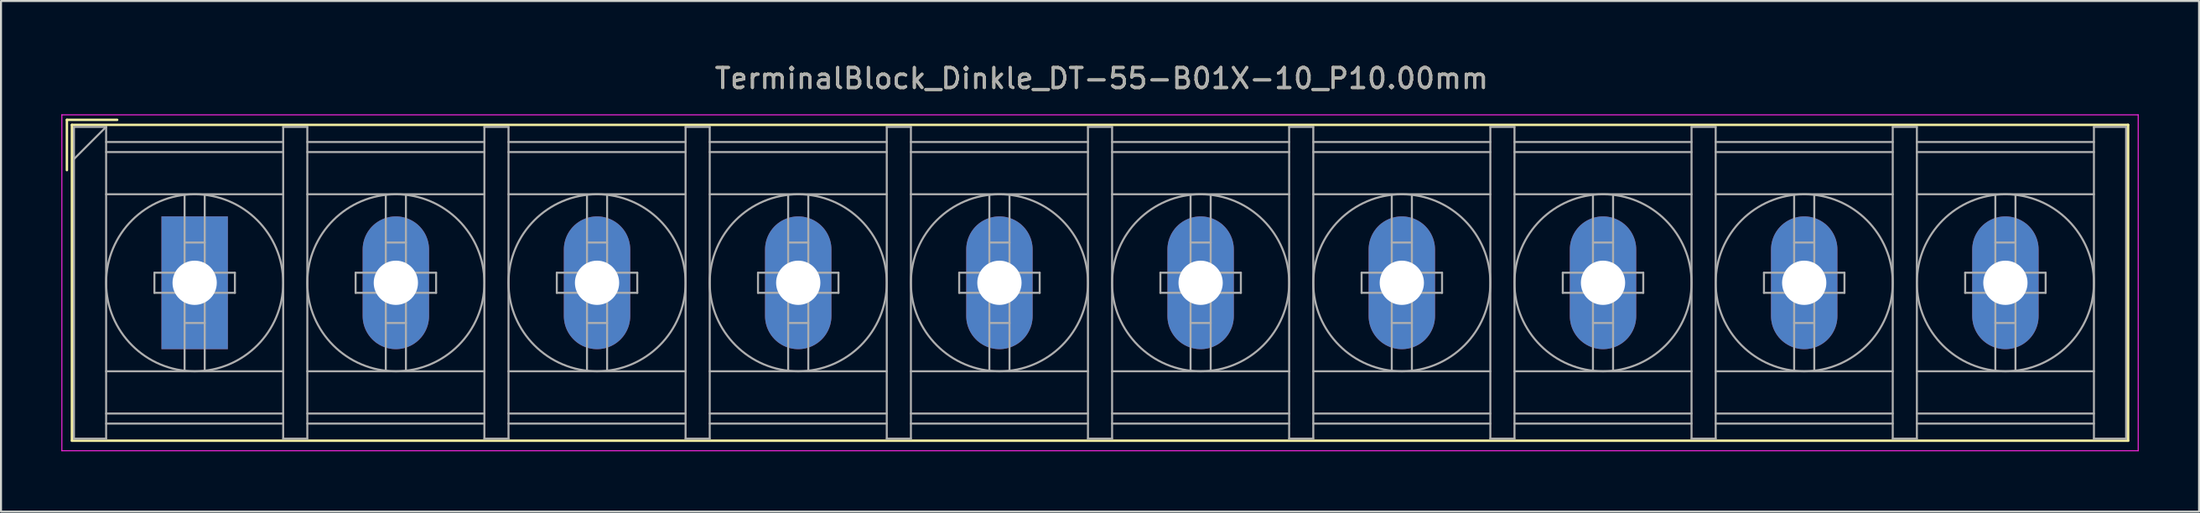
<source format=kicad_pcb>
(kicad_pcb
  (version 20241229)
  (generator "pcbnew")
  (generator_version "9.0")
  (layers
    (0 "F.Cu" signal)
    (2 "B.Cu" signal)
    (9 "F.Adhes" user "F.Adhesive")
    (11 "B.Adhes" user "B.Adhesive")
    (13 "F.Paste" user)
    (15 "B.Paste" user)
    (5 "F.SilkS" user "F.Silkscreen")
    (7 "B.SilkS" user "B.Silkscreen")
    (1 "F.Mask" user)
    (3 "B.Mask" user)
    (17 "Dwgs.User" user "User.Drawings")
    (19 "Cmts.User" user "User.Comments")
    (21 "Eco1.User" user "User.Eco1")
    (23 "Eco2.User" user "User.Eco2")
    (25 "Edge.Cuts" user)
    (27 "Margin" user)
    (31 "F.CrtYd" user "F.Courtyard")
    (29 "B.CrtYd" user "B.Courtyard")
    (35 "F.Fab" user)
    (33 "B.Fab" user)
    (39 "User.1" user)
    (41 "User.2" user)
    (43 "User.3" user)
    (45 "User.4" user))
  (footprint "TerminalBlock_Dinkle_DT-55-B01X-10_P10.00mm"
    (layer "F.Cu")
    (at 6.625 11.008)
    (property "Reference" "TerminalBlock_Dinkle_DT-55-B01X-10_P10.00mm" (at 45.08 -10.16 0) (layer "F.SilkS") (effects (font (size 1 1) (thickness 0.15))))
    (attr through_hole)
    (fp_line (start -6.35 -8.1) (end -3.85 -8.1) (stroke (width 0.12) (type solid)) (layer "F.SilkS"))
    (fp_line (start -6.35 -5.6) (end -6.35 -8.1) (stroke (width 0.12) (type solid)) (layer "F.SilkS"))
    (fp_line (start -6.1 -7.85) (end 96.1 -7.85) (stroke (width 0.12) (type solid)) (layer "F.SilkS"))
    (fp_line (start -6.1 7.85) (end -6.1 -7.85) (stroke (width 0.12) (type solid)) (layer "F.SilkS"))
    (fp_line (start -6.1 7.85) (end 96.1 7.85) (stroke (width 0.12) (type solid)) (layer "F.SilkS"))
    (fp_line (start 96.1 -7.85) (end 96.1 7.85) (stroke (width 0.12) (type solid)) (layer "F.SilkS"))
    (fp_line (start -6.6 -8.35) (end 96.6 -8.35) (stroke (width 0.05) (type solid)) (layer "F.CrtYd"))
    (fp_line (start -6.6 8.35) (end -6.6 -8.35) (stroke (width 0.05) (type solid)) (layer "F.CrtYd"))
    (fp_line (start -6.6 8.35) (end 96.6 8.35) (stroke (width 0.05) (type solid)) (layer "F.CrtYd"))
    (fp_line (start 96.6 -8.35) (end 96.6 8.35) (stroke (width 0.05) (type solid)) (layer "F.CrtYd"))
    (fp_line (start -6 -7.75) (end -6 7.75) (stroke (width 0.1) (type solid)) (layer "F.Fab"))
    (fp_line (start -6 -7.75) (end -4.4 -7.75) (stroke (width 0.1) (type solid)) (layer "F.Fab"))
    (fp_line (start -6 7.75) (end -4.4 7.75) (stroke (width 0.1) (type solid)) (layer "F.Fab"))
    (fp_line (start -4.4 -7.75) (end -6 -6.15) (stroke (width 0.1) (type solid)) (layer "F.Fab"))
    (fp_line (start -4.4 -7.75) (end -4.4 7.75) (stroke (width 0.1) (type solid)) (layer "F.Fab"))
    (fp_line (start -4.4 -7) (end 4.4 -7) (stroke (width 0.1) (type solid)) (layer "F.Fab"))
    (fp_line (start -4.4 -6.5) (end 4.4 -6.5) (stroke (width 0.1) (type solid)) (layer "F.Fab"))
    (fp_line (start -4.4 -4.4) (end 4.4 -4.4) (stroke (width 0.1) (type solid)) (layer "F.Fab"))
    (fp_line (start -4.4 4.4) (end 4.4 4.4) (stroke (width 0.1) (type solid)) (layer "F.Fab"))
    (fp_line (start -4.4 6.5) (end 4.4 6.5) (stroke (width 0.1) (type solid)) (layer "F.Fab"))
    (fp_line (start -4.4 7) (end 4.4 7) (stroke (width 0.1) (type solid)) (layer "F.Fab"))
    (fp_line (start -2 -0.5) (end -2 0.5) (stroke (width 0.1) (type solid)) (layer "F.Fab"))
    (fp_line (start -2 0.5) (end -0.5 0.5) (stroke (width 0.1) (type solid)) (layer "F.Fab"))
    (fp_line (start -0.5 -4.35) (end -0.5 -0.5) (stroke (width 0.1) (type solid)) (layer "F.Fab"))
    (fp_line (start -0.5 -2) (end 0.5 -2) (stroke (width 0.1) (type solid)) (layer "F.Fab"))
    (fp_line (start -0.5 -0.5) (end -2 -0.5) (stroke (width 0.1) (type solid)) (layer "F.Fab"))
    (fp_line (start -0.5 0.5) (end -0.5 4.35) (stroke (width 0.1) (type solid)) (layer "F.Fab"))
    (fp_line (start -0.5 2) (end 0.5 2) (stroke (width 0.1) (type solid)) (layer "F.Fab"))
    (fp_line (start 0.5 -4.35) (end 0.5 -0.5) (stroke (width 0.1) (type solid)) (layer "F.Fab"))
    (fp_line (start 0.5 -0.5) (end 2 -0.5) (stroke (width 0.1) (type solid)) (layer "F.Fab"))
    (fp_line (start 0.5 0.5) (end 0.5 4.35) (stroke (width 0.1) (type solid)) (layer "F.Fab"))
    (fp_line (start 2 -0.5) (end 2 0.5) (stroke (width 0.1) (type solid)) (layer "F.Fab"))
    (fp_line (start 2 0.5) (end 0.5 0.5) (stroke (width 0.1) (type solid)) (layer "F.Fab"))
    (fp_line (start 4.4 -7.75) (end 4.4 7.75) (stroke (width 0.1) (type solid)) (layer "F.Fab"))
    (fp_line (start 4.4 -7.75) (end 5.6 -7.75) (stroke (width 0.1) (type solid)) (layer "F.Fab"))
    (fp_line (start 4.4 7.75) (end 5.6 7.75) (stroke (width 0.1) (type solid)) (layer "F.Fab"))
    (fp_line (start 5.6 -7.75) (end 5.6 7.75) (stroke (width 0.1) (type solid)) (layer "F.Fab"))
    (fp_line (start 5.6 -7) (end 14.4 -7) (stroke (width 0.1) (type solid)) (layer "F.Fab"))
    (fp_line (start 5.6 -6.5) (end 14.4 -6.5) (stroke (width 0.1) (type solid)) (layer "F.Fab"))
    (fp_line (start 5.6 -4.4) (end 14.4 -4.4) (stroke (width 0.1) (type solid)) (layer "F.Fab"))
    (fp_line (start 5.6 4.4) (end 14.4 4.4) (stroke (width 0.1) (type solid)) (layer "F.Fab"))
    (fp_line (start 5.6 6.5) (end 14.4 6.5) (stroke (width 0.1) (type solid)) (layer "F.Fab"))
    (fp_line (start 5.6 7) (end 14.4 7) (stroke (width 0.1) (type solid)) (layer "F.Fab"))
    (fp_line (start 8 -0.5) (end 8 0.5) (stroke (width 0.1) (type solid)) (layer "F.Fab"))
    (fp_line (start 8 0.5) (end 9.5 0.5) (stroke (width 0.1) (type solid)) (layer "F.Fab"))
    (fp_line (start 9.5 -4.35) (end 9.5 -0.5) (stroke (width 0.1) (type solid)) (layer "F.Fab"))
    (fp_line (start 9.5 -2) (end 10.5 -2) (stroke (width 0.1) (type solid)) (layer "F.Fab"))
    (fp_line (start 9.5 -0.5) (end 8 -0.5) (stroke (width 0.1) (type solid)) (layer "F.Fab"))
    (fp_line (start 9.5 0.5) (end 9.5 4.35) (stroke (width 0.1) (type solid)) (layer "F.Fab"))
    (fp_line (start 9.5 2) (end 10.5 2) (stroke (width 0.1) (type solid)) (layer "F.Fab"))
    (fp_line (start 10.5 -4.35) (end 10.5 -0.5) (stroke (width 0.1) (type solid)) (layer "F.Fab"))
    (fp_line (start 10.5 -0.5) (end 12 -0.5) (stroke (width 0.1) (type solid)) (layer "F.Fab"))
    (fp_line (start 10.5 0.5) (end 10.5 4.35) (stroke (width 0.1) (type solid)) (layer "F.Fab"))
    (fp_line (start 12 -0.5) (end 12 0.5) (stroke (width 0.1) (type solid)) (layer "F.Fab"))
    (fp_line (start 12 0.5) (end 10.5 0.5) (stroke (width 0.1) (type solid)) (layer "F.Fab"))
    (fp_line (start 14.4 -7.75) (end 14.4 7.75) (stroke (width 0.1) (type solid)) (layer "F.Fab"))
    (fp_line (start 14.4 -7.75) (end 15.6 -7.75) (stroke (width 0.1) (type solid)) (layer "F.Fab"))
    (fp_line (start 14.4 7.75) (end 15.6 7.75) (stroke (width 0.1) (type solid)) (layer "F.Fab"))
    (fp_line (start 15.6 -7.75) (end 15.6 7.75) (stroke (width 0.1) (type solid)) (layer "F.Fab"))
    (fp_line (start 15.6 -7) (end 24.4 -7) (stroke (width 0.1) (type solid)) (layer "F.Fab"))
    (fp_line (start 15.6 -6.5) (end 24.4 -6.5) (stroke (width 0.1) (type solid)) (layer "F.Fab"))
    (fp_line (start 15.6 -4.4) (end 24.4 -4.4) (stroke (width 0.1) (type solid)) (layer "F.Fab"))
    (fp_line (start 15.6 4.4) (end 24.4 4.4) (stroke (width 0.1) (type solid)) (layer "F.Fab"))
    (fp_line (start 15.6 6.5) (end 24.4 6.5) (stroke (width 0.1) (type solid)) (layer "F.Fab"))
    (fp_line (start 15.6 7) (end 24.4 7) (stroke (width 0.1) (type solid)) (layer "F.Fab"))
    (fp_line (start 18 -0.5) (end 18 0.5) (stroke (width 0.1) (type solid)) (layer "F.Fab"))
    (fp_line (start 18 0.5) (end 19.5 0.5) (stroke (width 0.1) (type solid)) (layer "F.Fab"))
    (fp_line (start 19.5 -4.35) (end 19.5 -0.5) (stroke (width 0.1) (type solid)) (layer "F.Fab"))
    (fp_line (start 19.5 -2) (end 20.5 -2) (stroke (width 0.1) (type solid)) (layer "F.Fab"))
    (fp_line (start 19.5 -0.5) (end 18 -0.5) (stroke (width 0.1) (type solid)) (layer "F.Fab"))
    (fp_line (start 19.5 0.5) (end 19.5 4.35) (stroke (width 0.1) (type solid)) (layer "F.Fab"))
    (fp_line (start 19.5 2) (end 20.5 2) (stroke (width 0.1) (type solid)) (layer "F.Fab"))
    (fp_line (start 20.5 -4.35) (end 20.5 -0.5) (stroke (width 0.1) (type solid)) (layer "F.Fab"))
    (fp_line (start 20.5 -0.5) (end 22 -0.5) (stroke (width 0.1) (type solid)) (layer "F.Fab"))
    (fp_line (start 20.5 0.5) (end 20.5 4.35) (stroke (width 0.1) (type solid)) (layer "F.Fab"))
    (fp_line (start 22 -0.5) (end 22 0.5) (stroke (width 0.1) (type solid)) (layer "F.Fab"))
    (fp_line (start 22 0.5) (end 20.5 0.5) (stroke (width 0.1) (type solid)) (layer "F.Fab"))
    (fp_line (start 24.4 -7.75) (end 24.4 7.75) (stroke (width 0.1) (type solid)) (layer "F.Fab"))
    (fp_line (start 24.4 -7.75) (end 25.6 -7.75) (stroke (width 0.1) (type solid)) (layer "F.Fab"))
    (fp_line (start 24.4 7.75) (end 25.6 7.75) (stroke (width 0.1) (type solid)) (layer "F.Fab"))
    (fp_line (start 25.6 -7.75) (end 25.6 7.75) (stroke (width 0.1) (type solid)) (layer "F.Fab"))
    (fp_line (start 25.6 -7) (end 34.4 -7) (stroke (width 0.1) (type solid)) (layer "F.Fab"))
    (fp_line (start 25.6 -6.5) (end 34.4 -6.5) (stroke (width 0.1) (type solid)) (layer "F.Fab"))
    (fp_line (start 25.6 -4.4) (end 34.4 -4.4) (stroke (width 0.1) (type solid)) (layer "F.Fab"))
    (fp_line (start 25.6 4.4) (end 34.4 4.4) (stroke (width 0.1) (type solid)) (layer "F.Fab"))
    (fp_line (start 25.6 6.5) (end 34.4 6.5) (stroke (width 0.1) (type solid)) (layer "F.Fab"))
    (fp_line (start 25.6 7) (end 34.4 7) (stroke (width 0.1) (type solid)) (layer "F.Fab"))
    (fp_line (start 28 -0.5) (end 28 0.5) (stroke (width 0.1) (type solid)) (layer "F.Fab"))
    (fp_line (start 28 0.5) (end 29.5 0.5) (stroke (width 0.1) (type solid)) (layer "F.Fab"))
    (fp_line (start 29.5 -4.35) (end 29.5 -0.5) (stroke (width 0.1) (type solid)) (layer "F.Fab"))
    (fp_line (start 29.5 -2) (end 30.5 -2) (stroke (width 0.1) (type solid)) (layer "F.Fab"))
    (fp_line (start 29.5 -0.5) (end 28 -0.5) (stroke (width 0.1) (type solid)) (layer "F.Fab"))
    (fp_line (start 29.5 0.5) (end 29.5 4.35) (stroke (width 0.1) (type solid)) (layer "F.Fab"))
    (fp_line (start 29.5 2) (end 30.5 2) (stroke (width 0.1) (type solid)) (layer "F.Fab"))
    (fp_line (start 30.5 -4.35) (end 30.5 -0.5) (stroke (width 0.1) (type solid)) (layer "F.Fab"))
    (fp_line (start 30.5 -0.5) (end 32 -0.5) (stroke (width 0.1) (type solid)) (layer "F.Fab"))
    (fp_line (start 30.5 0.5) (end 30.5 4.35) (stroke (width 0.1) (type solid)) (layer "F.Fab"))
    (fp_line (start 32 -0.5) (end 32 0.5) (stroke (width 0.1) (type solid)) (layer "F.Fab"))
    (fp_line (start 32 0.5) (end 30.5 0.5) (stroke (width 0.1) (type solid)) (layer "F.Fab"))
    (fp_line (start 34.4 -7.75) (end 34.4 7.75) (stroke (width 0.1) (type solid)) (layer "F.Fab"))
    (fp_line (start 34.4 -7.75) (end 35.6 -7.75) (stroke (width 0.1) (type solid)) (layer "F.Fab"))
    (fp_line (start 34.4 7.75) (end 35.6 7.75) (stroke (width 0.1) (type solid)) (layer "F.Fab"))
    (fp_line (start 35.6 -7.75) (end 35.6 7.75) (stroke (width 0.1) (type solid)) (layer "F.Fab"))
    (fp_line (start 35.6 -7) (end 44.4 -7) (stroke (width 0.1) (type solid)) (layer "F.Fab"))
    (fp_line (start 35.6 -6.5) (end 44.4 -6.5) (stroke (width 0.1) (type solid)) (layer "F.Fab"))
    (fp_line (start 35.6 -4.4) (end 44.4 -4.4) (stroke (width 0.1) (type solid)) (layer "F.Fab"))
    (fp_line (start 35.6 4.4) (end 44.4 4.4) (stroke (width 0.1) (type solid)) (layer "F.Fab"))
    (fp_line (start 35.6 6.5) (end 44.4 6.5) (stroke (width 0.1) (type solid)) (layer "F.Fab"))
    (fp_line (start 35.6 7) (end 44.4 7) (stroke (width 0.1) (type solid)) (layer "F.Fab"))
    (fp_line (start 38 -0.5) (end 38 0.5) (stroke (width 0.1) (type solid)) (layer "F.Fab"))
    (fp_line (start 38 0.5) (end 39.5 0.5) (stroke (width 0.1) (type solid)) (layer "F.Fab"))
    (fp_line (start 39.5 -4.35) (end 39.5 -0.5) (stroke (width 0.1) (type solid)) (layer "F.Fab"))
    (fp_line (start 39.5 -2) (end 40.5 -2) (stroke (width 0.1) (type solid)) (layer "F.Fab"))
    (fp_line (start 39.5 -0.5) (end 38 -0.5) (stroke (width 0.1) (type solid)) (layer "F.Fab"))
    (fp_line (start 39.5 0.5) (end 39.5 4.35) (stroke (width 0.1) (type solid)) (layer "F.Fab"))
    (fp_line (start 39.5 2) (end 40.5 2) (stroke (width 0.1) (type solid)) (layer "F.Fab"))
    (fp_line (start 40.5 -4.35) (end 40.5 -0.5) (stroke (width 0.1) (type solid)) (layer "F.Fab"))
    (fp_line (start 40.5 -0.5) (end 42 -0.5) (stroke (width 0.1) (type solid)) (layer "F.Fab"))
    (fp_line (start 40.5 0.5) (end 40.5 4.35) (stroke (width 0.1) (type solid)) (layer "F.Fab"))
    (fp_line (start 42 -0.5) (end 42 0.5) (stroke (width 0.1) (type solid)) (layer "F.Fab"))
    (fp_line (start 42 0.5) (end 40.5 0.5) (stroke (width 0.1) (type solid)) (layer "F.Fab"))
    (fp_line (start 44.4 -7.75) (end 44.4 7.75) (stroke (width 0.1) (type solid)) (layer "F.Fab"))
    (fp_line (start 44.4 -7.75) (end 45.6 -7.75) (stroke (width 0.1) (type solid)) (layer "F.Fab"))
    (fp_line (start 44.4 7.75) (end 45.6 7.75) (stroke (width 0.1) (type solid)) (layer "F.Fab"))
    (fp_line (start 45.6 -7.75) (end 45.6 7.75) (stroke (width 0.1) (type solid)) (layer "F.Fab"))
    (fp_line (start 45.6 -7) (end 54.4 -7) (stroke (width 0.1) (type solid)) (layer "F.Fab"))
    (fp_line (start 45.6 -6.5) (end 54.4 -6.5) (stroke (width 0.1) (type solid)) (layer "F.Fab"))
    (fp_line (start 45.6 -4.4) (end 54.4 -4.4) (stroke (width 0.1) (type solid)) (layer "F.Fab"))
    (fp_line (start 45.6 4.4) (end 54.4 4.4) (stroke (width 0.1) (type solid)) (layer "F.Fab"))
    (fp_line (start 45.6 6.5) (end 54.4 6.5) (stroke (width 0.1) (type solid)) (layer "F.Fab"))
    (fp_line (start 45.6 7) (end 54.4 7) (stroke (width 0.1) (type solid)) (layer "F.Fab"))
    (fp_line (start 48 -0.5) (end 48 0.5) (stroke (width 0.1) (type solid)) (layer "F.Fab"))
    (fp_line (start 48 0.5) (end 49.5 0.5) (stroke (width 0.1) (type solid)) (layer "F.Fab"))
    (fp_line (start 49.5 -4.35) (end 49.5 -0.5) (stroke (width 0.1) (type solid)) (layer "F.Fab"))
    (fp_line (start 49.5 -2) (end 50.5 -2) (stroke (width 0.1) (type solid)) (layer "F.Fab"))
    (fp_line (start 49.5 -0.5) (end 48 -0.5) (stroke (width 0.1) (type solid)) (layer "F.Fab"))
    (fp_line (start 49.5 0.5) (end 49.5 4.35) (stroke (width 0.1) (type solid)) (layer "F.Fab"))
    (fp_line (start 49.5 2) (end 50.5 2) (stroke (width 0.1) (type solid)) (layer "F.Fab"))
    (fp_line (start 50.5 -4.35) (end 50.5 -0.5) (stroke (width 0.1) (type solid)) (layer "F.Fab"))
    (fp_line (start 50.5 -0.5) (end 52 -0.5) (stroke (width 0.1) (type solid)) (layer "F.Fab"))
    (fp_line (start 50.5 0.5) (end 50.5 4.35) (stroke (width 0.1) (type solid)) (layer "F.Fab"))
    (fp_line (start 52 -0.5) (end 52 0.5) (stroke (width 0.1) (type solid)) (layer "F.Fab"))
    (fp_line (start 52 0.5) (end 50.5 0.5) (stroke (width 0.1) (type solid)) (layer "F.Fab"))
    (fp_line (start 54.4 -7.75) (end 54.4 7.75) (stroke (width 0.1) (type solid)) (layer "F.Fab"))
    (fp_line (start 54.4 -7.75) (end 55.6 -7.75) (stroke (width 0.1) (type solid)) (layer "F.Fab"))
    (fp_line (start 54.4 7.75) (end 55.6 7.75) (stroke (width 0.1) (type solid)) (layer "F.Fab"))
    (fp_line (start 55.6 -7.75) (end 55.6 7.75) (stroke (width 0.1) (type solid)) (layer "F.Fab"))
    (fp_line (start 55.6 -7) (end 64.4 -7) (stroke (width 0.1) (type solid)) (layer "F.Fab"))
    (fp_line (start 55.6 -6.5) (end 64.4 -6.5) (stroke (width 0.1) (type solid)) (layer "F.Fab"))
    (fp_line (start 55.6 -4.4) (end 64.4 -4.4) (stroke (width 0.1) (type solid)) (layer "F.Fab"))
    (fp_line (start 55.6 4.4) (end 64.4 4.4) (stroke (width 0.1) (type solid)) (layer "F.Fab"))
    (fp_line (start 55.6 6.5) (end 64.4 6.5) (stroke (width 0.1) (type solid)) (layer "F.Fab"))
    (fp_line (start 55.6 7) (end 64.4 7) (stroke (width 0.1) (type solid)) (layer "F.Fab"))
    (fp_line (start 58 -0.5) (end 58 0.5) (stroke (width 0.1) (type solid)) (layer "F.Fab"))
    (fp_line (start 58 0.5) (end 59.5 0.5) (stroke (width 0.1) (type solid)) (layer "F.Fab"))
    (fp_line (start 59.5 -4.35) (end 59.5 -0.5) (stroke (width 0.1) (type solid)) (layer "F.Fab"))
    (fp_line (start 59.5 -2) (end 60.5 -2) (stroke (width 0.1) (type solid)) (layer "F.Fab"))
    (fp_line (start 59.5 -0.5) (end 58 -0.5) (stroke (width 0.1) (type solid)) (layer "F.Fab"))
    (fp_line (start 59.5 0.5) (end 59.5 4.35) (stroke (width 0.1) (type solid)) (layer "F.Fab"))
    (fp_line (start 59.5 2) (end 60.5 2) (stroke (width 0.1) (type solid)) (layer "F.Fab"))
    (fp_line (start 60.5 -4.35) (end 60.5 -0.5) (stroke (width 0.1) (type solid)) (layer "F.Fab"))
    (fp_line (start 60.5 -0.5) (end 62 -0.5) (stroke (width 0.1) (type solid)) (layer "F.Fab"))
    (fp_line (start 60.5 0.5) (end 60.5 4.35) (stroke (width 0.1) (type solid)) (layer "F.Fab"))
    (fp_line (start 62 -0.5) (end 62 0.5) (stroke (width 0.1) (type solid)) (layer "F.Fab"))
    (fp_line (start 62 0.5) (end 60.5 0.5) (stroke (width 0.1) (type solid)) (layer "F.Fab"))
    (fp_line (start 64.4 -7.75) (end 64.4 7.75) (stroke (width 0.1) (type solid)) (layer "F.Fab"))
    (fp_line (start 64.4 -7.75) (end 65.6 -7.75) (stroke (width 0.1) (type solid)) (layer "F.Fab"))
    (fp_line (start 64.4 7.75) (end 65.6 7.75) (stroke (width 0.1) (type solid)) (layer "F.Fab"))
    (fp_line (start 65.6 -7.75) (end 65.6 7.75) (stroke (width 0.1) (type solid)) (layer "F.Fab"))
    (fp_line (start 65.6 -7) (end 74.4 -7) (stroke (width 0.1) (type solid)) (layer "F.Fab"))
    (fp_line (start 65.6 -6.5) (end 74.4 -6.5) (stroke (width 0.1) (type solid)) (layer "F.Fab"))
    (fp_line (start 65.6 -4.4) (end 74.4 -4.4) (stroke (width 0.1) (type solid)) (layer "F.Fab"))
    (fp_line (start 65.6 4.4) (end 74.4 4.4) (stroke (width 0.1) (type solid)) (layer "F.Fab"))
    (fp_line (start 65.6 6.5) (end 74.4 6.5) (stroke (width 0.1) (type solid)) (layer "F.Fab"))
    (fp_line (start 65.6 7) (end 74.4 7) (stroke (width 0.1) (type solid)) (layer "F.Fab"))
    (fp_line (start 68 -0.5) (end 68 0.5) (stroke (width 0.1) (type solid)) (layer "F.Fab"))
    (fp_line (start 68 0.5) (end 69.5 0.5) (stroke (width 0.1) (type solid)) (layer "F.Fab"))
    (fp_line (start 69.5 -4.35) (end 69.5 -0.5) (stroke (width 0.1) (type solid)) (layer "F.Fab"))
    (fp_line (start 69.5 -2) (end 70.5 -2) (stroke (width 0.1) (type solid)) (layer "F.Fab"))
    (fp_line (start 69.5 -0.5) (end 68 -0.5) (stroke (width 0.1) (type solid)) (layer "F.Fab"))
    (fp_line (start 69.5 0.5) (end 69.5 4.35) (stroke (width 0.1) (type solid)) (layer "F.Fab"))
    (fp_line (start 69.5 2) (end 70.5 2) (stroke (width 0.1) (type solid)) (layer "F.Fab"))
    (fp_line (start 70.5 -4.35) (end 70.5 -0.5) (stroke (width 0.1) (type solid)) (layer "F.Fab"))
    (fp_line (start 70.5 -0.5) (end 72 -0.5) (stroke (width 0.1) (type solid)) (layer "F.Fab"))
    (fp_line (start 70.5 0.5) (end 70.5 4.35) (stroke (width 0.1) (type solid)) (layer "F.Fab"))
    (fp_line (start 72 -0.5) (end 72 0.5) (stroke (width 0.1) (type solid)) (layer "F.Fab"))
    (fp_line (start 72 0.5) (end 70.5 0.5) (stroke (width 0.1) (type solid)) (layer "F.Fab"))
    (fp_line (start 74.4 -7.75) (end 74.4 7.75) (stroke (width 0.1) (type solid)) (layer "F.Fab"))
    (fp_line (start 74.4 -7.75) (end 75.6 -7.75) (stroke (width 0.1) (type solid)) (layer "F.Fab"))
    (fp_line (start 74.4 7.75) (end 75.6 7.75) (stroke (width 0.1) (type solid)) (layer "F.Fab"))
    (fp_line (start 75.6 -7.75) (end 75.6 7.75) (stroke (width 0.1) (type solid)) (layer "F.Fab"))
    (fp_line (start 75.6 -7) (end 84.4 -7) (stroke (width 0.1) (type solid)) (layer "F.Fab"))
    (fp_line (start 75.6 -6.5) (end 84.4 -6.5) (stroke (width 0.1) (type solid)) (layer "F.Fab"))
    (fp_line (start 75.6 -4.4) (end 84.4 -4.4) (stroke (width 0.1) (type solid)) (layer "F.Fab"))
    (fp_line (start 75.6 4.4) (end 84.4 4.4) (stroke (width 0.1) (type solid)) (layer "F.Fab"))
    (fp_line (start 75.6 6.5) (end 84.4 6.5) (stroke (width 0.1) (type solid)) (layer "F.Fab"))
    (fp_line (start 75.6 7) (end 84.4 7) (stroke (width 0.1) (type solid)) (layer "F.Fab"))
    (fp_line (start 78 -0.5) (end 78 0.5) (stroke (width 0.1) (type solid)) (layer "F.Fab"))
    (fp_line (start 78 0.5) (end 79.5 0.5) (stroke (width 0.1) (type solid)) (layer "F.Fab"))
    (fp_line (start 79.5 -4.35) (end 79.5 -0.5) (stroke (width 0.1) (type solid)) (layer "F.Fab"))
    (fp_line (start 79.5 -2) (end 80.5 -2) (stroke (width 0.1) (type solid)) (layer "F.Fab"))
    (fp_line (start 79.5 -0.5) (end 78 -0.5) (stroke (width 0.1) (type solid)) (layer "F.Fab"))
    (fp_line (start 79.5 0.5) (end 79.5 4.35) (stroke (width 0.1) (type solid)) (layer "F.Fab"))
    (fp_line (start 79.5 2) (end 80.5 2) (stroke (width 0.1) (type solid)) (layer "F.Fab"))
    (fp_line (start 80.5 -4.35) (end 80.5 -0.5) (stroke (width 0.1) (type solid)) (layer "F.Fab"))
    (fp_line (start 80.5 -0.5) (end 82 -0.5) (stroke (width 0.1) (type solid)) (layer "F.Fab"))
    (fp_line (start 80.5 0.5) (end 80.5 4.35) (stroke (width 0.1) (type solid)) (layer "F.Fab"))
    (fp_line (start 82 -0.5) (end 82 0.5) (stroke (width 0.1) (type solid)) (layer "F.Fab"))
    (fp_line (start 82 0.5) (end 80.5 0.5) (stroke (width 0.1) (type solid)) (layer "F.Fab"))
    (fp_line (start 84.4 -7.75) (end 84.4 7.75) (stroke (width 0.1) (type solid)) (layer "F.Fab"))
    (fp_line (start 84.4 -7.75) (end 85.6 -7.75) (stroke (width 0.1) (type solid)) (layer "F.Fab"))
    (fp_line (start 84.4 7.75) (end 85.6 7.75) (stroke (width 0.1) (type solid)) (layer "F.Fab"))
    (fp_line (start 85.6 -7.75) (end 85.6 7.75) (stroke (width 0.1) (type solid)) (layer "F.Fab"))
    (fp_line (start 85.6 -7) (end 94.4 -7) (stroke (width 0.1) (type solid)) (layer "F.Fab"))
    (fp_line (start 85.6 -6.5) (end 94.4 -6.5) (stroke (width 0.1) (type solid)) (layer "F.Fab"))
    (fp_line (start 85.6 -4.4) (end 94.4 -4.4) (stroke (width 0.1) (type solid)) (layer "F.Fab"))
    (fp_line (start 85.6 4.4) (end 94.4 4.4) (stroke (width 0.1) (type solid)) (layer "F.Fab"))
    (fp_line (start 85.6 6.5) (end 94.4 6.5) (stroke (width 0.1) (type solid)) (layer "F.Fab"))
    (fp_line (start 85.6 7) (end 94.4 7) (stroke (width 0.1) (type solid)) (layer "F.Fab"))
    (fp_line (start 88 -0.5) (end 88 0.5) (stroke (width 0.1) (type solid)) (layer "F.Fab"))
    (fp_line (start 88 0.5) (end 89.5 0.5) (stroke (width 0.1) (type solid)) (layer "F.Fab"))
    (fp_line (start 89.5 -4.35) (end 89.5 -0.5) (stroke (width 0.1) (type solid)) (layer "F.Fab"))
    (fp_line (start 89.5 -2) (end 90.5 -2) (stroke (width 0.1) (type solid)) (layer "F.Fab"))
    (fp_line (start 89.5 -0.5) (end 88 -0.5) (stroke (width 0.1) (type solid)) (layer "F.Fab"))
    (fp_line (start 89.5 0.5) (end 89.5 4.35) (stroke (width 0.1) (type solid)) (layer "F.Fab"))
    (fp_line (start 89.5 2) (end 90.5 2) (stroke (width 0.1) (type solid)) (layer "F.Fab"))
    (fp_line (start 90.5 -4.35) (end 90.5 -0.5) (stroke (width 0.1) (type solid)) (layer "F.Fab"))
    (fp_line (start 90.5 -0.5) (end 92 -0.5) (stroke (width 0.1) (type solid)) (layer "F.Fab"))
    (fp_line (start 90.5 0.5) (end 90.5 4.35) (stroke (width 0.1) (type solid)) (layer "F.Fab"))
    (fp_line (start 92 -0.5) (end 92 0.5) (stroke (width 0.1) (type solid)) (layer "F.Fab"))
    (fp_line (start 92 0.5) (end 90.5 0.5) (stroke (width 0.1) (type solid)) (layer "F.Fab"))
    (fp_line (start 94.4 -7.75) (end 94.4 7.75) (stroke (width 0.1) (type solid)) (layer "F.Fab"))
    (fp_line (start 94.4 -7.75) (end 96 -7.75) (stroke (width 0.1) (type solid)) (layer "F.Fab"))
    (fp_line (start 94.4 7.75) (end 96 7.75) (stroke (width 0.1) (type solid)) (layer "F.Fab"))
    (fp_line (start 96 -7.75) (end 96 7.75) (stroke (width 0.1) (type solid)) (layer "F.Fab"))
    (fp_circle (center 0 0) (end 0.5 0.5) (stroke (width 0.1) (type solid)) (fill no) (layer "F.Fab"))
    (fp_circle (center 0 0) (end 4.4 0) (stroke (width 0.1) (type solid)) (fill no) (layer "F.Fab"))
    (fp_circle (center 10 0) (end 10.5 0.5) (stroke (width 0.1) (type solid)) (fill no) (layer "F.Fab"))
    (fp_circle (center 10 0) (end 14.4 0) (stroke (width 0.1) (type solid)) (fill no) (layer "F.Fab"))
    (fp_circle (center 20 0) (end 20.5 0.5) (stroke (width 0.1) (type solid)) (fill no) (layer "F.Fab"))
    (fp_circle (center 20 0) (end 24.4 0) (stroke (width 0.1) (type solid)) (fill no) (layer "F.Fab"))
    (fp_circle (center 30 0) (end 30.5 0.5) (stroke (width 0.1) (type solid)) (fill no) (layer "F.Fab"))
    (fp_circle (center 30 0) (end 34.4 0) (stroke (width 0.1) (type solid)) (fill no) (layer "F.Fab"))
    (fp_circle (center 40 0) (end 40.5 0.5) (stroke (width 0.1) (type solid)) (fill no) (layer "F.Fab"))
    (fp_circle (center 40 0) (end 44.4 0) (stroke (width 0.1) (type solid)) (fill no) (layer "F.Fab"))
    (fp_circle (center 50 0) (end 50.5 0.5) (stroke (width 0.1) (type solid)) (fill no) (layer "F.Fab"))
    (fp_circle (center 50 0) (end 54.4 0) (stroke (width 0.1) (type solid)) (fill no) (layer "F.Fab"))
    (fp_circle (center 60 0) (end 60.5 0.5) (stroke (width 0.1) (type solid)) (fill no) (layer "F.Fab"))
    (fp_circle (center 60 0) (end 64.4 0) (stroke (width 0.1) (type solid)) (fill no) (layer "F.Fab"))
    (fp_circle (center 70 0) (end 70.5 0.5) (stroke (width 0.1) (type solid)) (fill no) (layer "F.Fab"))
    (fp_circle (center 70 0) (end 74.4 0) (stroke (width 0.1) (type solid)) (fill no) (layer "F.Fab"))
    (fp_circle (center 80 0) (end 80.5 0.5) (stroke (width 0.1) (type solid)) (fill no) (layer "F.Fab"))
    (fp_circle (center 80 0) (end 84.4 0) (stroke (width 0.1) (type solid)) (fill no) (layer "F.Fab"))
    (fp_circle (center 90 0) (end 90.5 0.5) (stroke (width 0.1) (type solid)) (fill no) (layer "F.Fab"))
    (fp_circle (center 90 0) (end 94.4 0) (stroke (width 0.1) (type solid)) (fill no) (layer "F.Fab"))
    (fp_text user "${REFERENCE}" (at 45.08 -10.16 0) (layer "F.Fab") (effects (font (size 1 1) (thickness 0.15))))
    (pad "1" thru_hole rect (at 0 0) (size 3.3 6.6) (drill 2.2) (layers "*.Cu" "*.Mask"))
    (pad "2" thru_hole oval (at 10 0) (size 3.3 6.6) (drill 2.2) (layers "*.Cu" "*.Mask"))
    (pad "3" thru_hole oval (at 20 0) (size 3.3 6.6) (drill 2.2) (layers "*.Cu" "*.Mask"))
    (pad "4" thru_hole oval (at 30 0) (size 3.3 6.6) (drill 2.2) (layers "*.Cu" "*.Mask"))
    (pad "5" thru_hole oval (at 40 0) (size 3.3 6.6) (drill 2.2) (layers "*.Cu" "*.Mask"))
    (pad "6" thru_hole oval (at 50 0) (size 3.3 6.6) (drill 2.2) (layers "*.Cu" "*.Mask"))
    (pad "7" thru_hole oval (at 60 0) (size 3.3 6.6) (drill 2.2) (layers "*.Cu" "*.Mask"))
    (pad "8" thru_hole oval (at 70 0) (size 3.3 6.6) (drill 2.2) (layers "*.Cu" "*.Mask"))
    (pad "9" thru_hole oval (at 80 0) (size 3.3 6.6) (drill 2.2) (layers "*.Cu" "*.Mask"))
    (pad "10" thru_hole oval (at 90 0) (size 3.3 6.6) (drill 2.2) (layers "*.Cu" "*.Mask")))
  (gr_rect
    (start -3 -3)
    (end 106.25 22.383)
    (stroke (width 0.1) (type default))
    (fill no)
    (layer "Edge.Cuts")))
</source>
